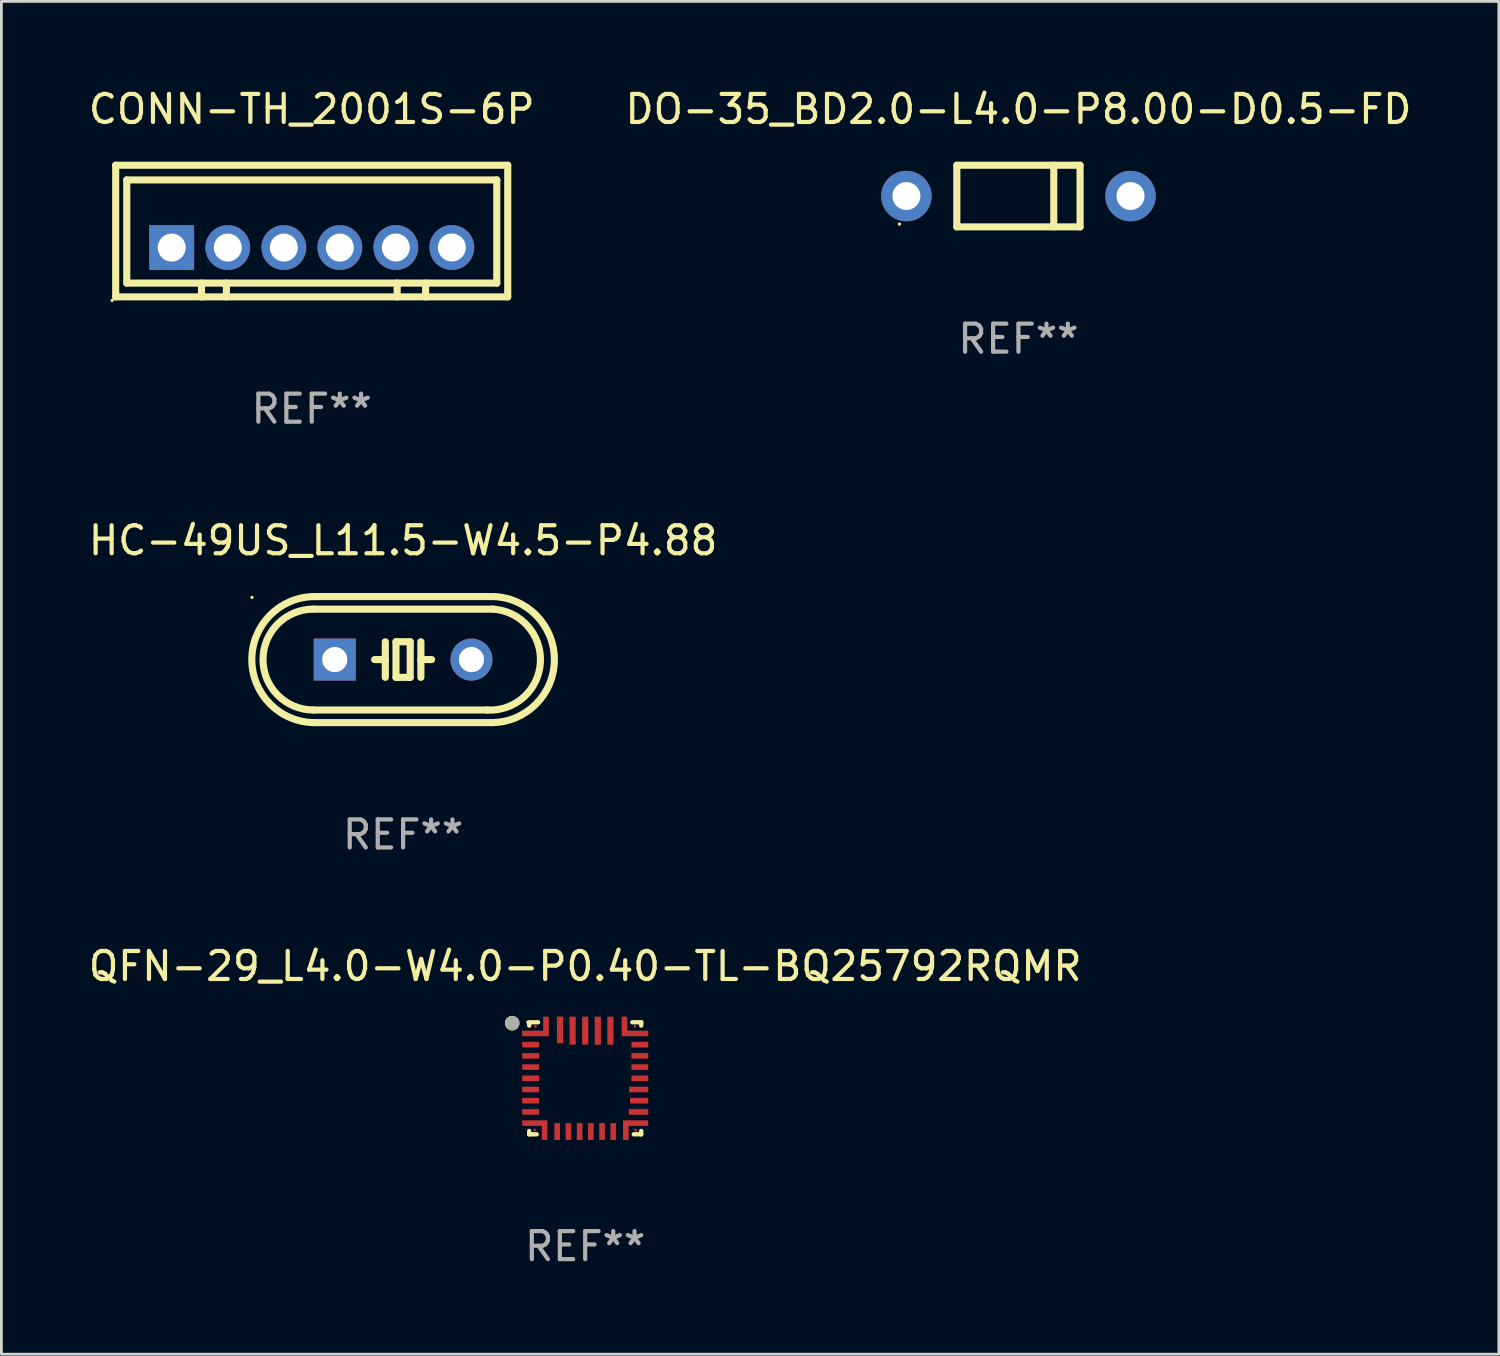
<source format=kicad_pcb>
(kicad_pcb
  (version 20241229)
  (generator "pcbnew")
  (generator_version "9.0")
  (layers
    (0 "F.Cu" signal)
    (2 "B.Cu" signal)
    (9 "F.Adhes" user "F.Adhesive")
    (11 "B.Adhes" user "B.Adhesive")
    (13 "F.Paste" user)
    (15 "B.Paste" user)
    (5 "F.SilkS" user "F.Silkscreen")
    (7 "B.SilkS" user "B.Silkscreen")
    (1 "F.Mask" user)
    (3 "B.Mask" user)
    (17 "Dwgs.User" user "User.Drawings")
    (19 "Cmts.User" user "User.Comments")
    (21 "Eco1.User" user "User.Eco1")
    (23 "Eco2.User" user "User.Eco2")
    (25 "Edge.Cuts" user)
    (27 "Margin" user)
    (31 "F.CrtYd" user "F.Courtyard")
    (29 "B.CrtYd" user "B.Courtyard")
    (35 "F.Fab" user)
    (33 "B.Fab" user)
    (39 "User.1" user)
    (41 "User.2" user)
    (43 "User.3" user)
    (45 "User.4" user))
  (footprint "CONN-TH_2001S-6P"
    (layer "F.Cu")
    (at 8.079 5.786)
    (property "Reference" "CONN-TH_2001S-6P" (at -0.002 -4.938 0) (layer "F.SilkS") (effects (font (size 1 1) (thickness 0.15))))
    (attr through_hole)
    (fp_line (start -6.999 -2.938) (end -6.999 1.761) (stroke (width 0.254) (type solid)) (layer "F.SilkS"))
    (fp_line (start -6.999 1.761) (end 6.995 1.761) (stroke (width 0.254) (type solid)) (layer "F.SilkS"))
    (fp_line (start -6.604 -2.413) (end -6.604 1.27) (stroke (width 0.254) (type solid)) (layer "F.SilkS"))
    (fp_line (start -6.604 1.27) (end 6.604 1.27) (stroke (width 0.254) (type solid)) (layer "F.SilkS"))
    (fp_line (start -3.937 1.27) (end -3.937 1.761) (stroke (width 0.254) (type solid)) (layer "F.SilkS"))
    (fp_line (start -3.048 1.27) (end -3.048 1.761) (stroke (width 0.254) (type solid)) (layer "F.SilkS"))
    (fp_line (start 3.048 1.27) (end 3.048 1.761) (stroke (width 0.254) (type solid)) (layer "F.SilkS"))
    (fp_line (start 4.064 1.27) (end 4.064 1.761) (stroke (width 0.254) (type solid)) (layer "F.SilkS"))
    (fp_line (start 6.604 -2.413) (end -6.604 -2.413) (stroke (width 0.254) (type solid)) (layer "F.SilkS"))
    (fp_line (start 6.604 1.27) (end 6.604 -2.413) (stroke (width 0.254) (type solid)) (layer "F.SilkS"))
    (fp_line (start 6.995 -2.938) (end -6.999 -2.938) (stroke (width 0.254) (type solid)) (layer "F.SilkS"))
    (fp_line (start 6.995 1.761) (end 6.995 -2.938) (stroke (width 0.254) (type solid)) (layer "F.SilkS"))
    (fp_circle (center -7.126 1.888) (end -7.096 1.888) (stroke (width 0.06) (type solid)) (fill no) (layer "F.SilkS"))
    (fp_text user "REF**" (at -0.002 5.761 0) (layer "F.Fab") (effects (font (size 1 1) (thickness 0.15))))
    (pad "1" thru_hole rect (at -5 0.001) (size 1.6 1.6) (drill 1) (layers "*.Cu" "*.Mask"))
    (pad "2" thru_hole circle (at -2.998 0.001) (size 1.6 1.6) (drill 1) (layers "*.Cu" "*.Mask"))
    (pad "3" thru_hole circle (at -0.997 0.001) (size 1.6 1.6) (drill 1) (layers "*.Cu" "*.Mask"))
    (pad "4" thru_hole circle (at 1.002 0.001) (size 1.6 1.6) (drill 1) (layers "*.Cu" "*.Mask"))
    (pad "5" thru_hole circle (at 3.001 -0.001) (size 1.6 1.6) (drill 1) (layers "*.Cu" "*.Mask"))
    (pad "6" thru_hole circle (at 5 -0.001) (size 1.6 1.6) (drill 1) (layers "*.Cu" "*.Mask")))
  (footprint "HC-49US_L11.5-W4.5-P4.88"
    (layer "F.Cu")
    (at 11.339 20.494)
    (property "Reference" "HC-49US_L11.5-W4.5-P4.88" (at 0 -4.25 0) (layer "F.SilkS") (effects (font (size 1 1) (thickness 0.15))))
    (attr through_hole)
    (fp_line (start -3.2 -1.8) (end 3.2 -1.8) (stroke (width 0.254) (type solid)) (layer "F.SilkS"))
    (fp_line (start -3.15 2.25) (end 3.15 2.25) (stroke (width 0.254) (type solid)) (layer "F.SilkS"))
    (fp_line (start -0.635 -0.635) (end -0.635 0) (stroke (width 0.254) (type solid)) (layer "F.SilkS"))
    (fp_line (start -0.635 0) (end -1.016 0) (stroke (width 0.254) (type solid)) (layer "F.SilkS"))
    (fp_line (start -0.635 0) (end -0.635 0.635) (stroke (width 0.254) (type solid)) (layer "F.SilkS"))
    (fp_line (start -0.254 -0.635) (end -0.254 0.635) (stroke (width 0.254) (type solid)) (layer "F.SilkS"))
    (fp_line (start -0.254 0.635) (end 0.254 0.635) (stroke (width 0.254) (type solid)) (layer "F.SilkS"))
    (fp_line (start 0.254 -0.635) (end -0.254 -0.635) (stroke (width 0.254) (type solid)) (layer "F.SilkS"))
    (fp_line (start 0.254 0.635) (end 0.254 -0.635) (stroke (width 0.254) (type solid)) (layer "F.SilkS"))
    (fp_line (start 0.635 -0.635) (end 0.635 0) (stroke (width 0.254) (type solid)) (layer "F.SilkS"))
    (fp_line (start 0.635 0) (end 0.635 0.635) (stroke (width 0.254) (type solid)) (layer "F.SilkS"))
    (fp_line (start 0.635 0) (end 1.016 0) (stroke (width 0.254) (type solid)) (layer "F.SilkS"))
    (fp_line (start 3 1.8) (end -3.2 1.8) (stroke (width 0.254) (type solid)) (layer "F.SilkS"))
    (fp_line (start 3.15 -2.25) (end -3.15 -2.25) (stroke (width 0.254) (type solid)) (layer "F.SilkS"))
    (fp_arc (start -3.2 1.8) (mid -5.000635 -0.000229) (end -3.200406 -1.800864) (stroke (width 0.254001) (type solid)) (layer "F.SilkS"))
    (fp_arc (start -3.149606 2.250445) (mid -5.392481 0.000406) (end -3.149988 -2.250014) (stroke (width 0.254001) (type solid)) (layer "F.SilkS"))
    (fp_arc (start 3.149606 -2.250445) (mid 5.392481 -0.000406) (end 3.149988 2.250014) (stroke (width 0.254001) (type solid)) (layer "F.SilkS"))
    (fp_arc (start 3.2 -1.8) (mid 4.893753 0.100194) (end 2.999747 1.800864) (stroke (width 0.254001) (type solid)) (layer "F.SilkS"))
    (fp_circle (center -5.392 -2.22) (end -5.362 -2.22) (stroke (width 0.06) (type solid)) (fill no) (layer "F.SilkS"))
    (fp_text user "REF**" (at 0 6.25 0) (layer "F.Fab") (effects (font (size 1 1) (thickness 0.15))))
    (pad "1" thru_hole rect (at -2.44 0) (size 1.5 1.5) (drill 0.9) (layers "*.Cu" "*.Mask"))
    (pad "2" thru_hole circle (at 2.44 0) (size 1.5 1.5) (drill 0.9) (layers "*.Cu" "*.Mask")))
  (footprint "QFN-29_L4.0-W4.0-P0.40-TL-BQ25792RQMR"
    (layer "F.Cu")
    (at 17.84 35.465)
    (property "Reference" "QFN-29_L4.0-W4.0-P0.40-TL-BQ25792RQMR" (at -0.001 -4.025 0) (layer "F.SilkS") (effects (font (size 1 1) (thickness 0.15))))
    (attr smd)
    (fp_line (start -2 -2.025) (end -1.681 -2.025) (stroke (width 0.154) (type solid)) (layer "F.SilkS"))
    (fp_line (start -2 -1.906) (end -2 -1.999) (stroke (width 0.154) (type solid)) (layer "F.SilkS"))
    (fp_line (start -2 1.975) (end -2 1.856) (stroke (width 0.154) (type solid)) (layer "F.SilkS"))
    (fp_line (start -1.731 1.975) (end -2 1.975) (stroke (width 0.154) (type solid)) (layer "F.SilkS"))
    (fp_line (start 1.681 -2.025) (end 1.998 -2.025) (stroke (width 0.154) (type solid)) (layer "F.SilkS"))
    (fp_line (start 1.998 -2.025) (end 1.998 -1.906) (stroke (width 0.154) (type solid)) (layer "F.SilkS"))
    (fp_line (start 1.998 1.856) (end 1.998 1.975) (stroke (width 0.154) (type solid)) (layer "F.SilkS"))
    (fp_line (start 1.998 1.975) (end 1.731 1.975) (stroke (width 0.154) (type solid)) (layer "F.SilkS"))
    (fp_circle (center -2.608 -1.993) (end -2.478 -1.993) (stroke (width 0.26) (type solid)) (fill no) (layer "F.SilkS"))
    (fp_circle (center -2.05 -2.025) (end -2.02 -2.025) (stroke (width 0.06) (type solid)) (fill no) (layer "F.SilkS"))
    (fp_circle (center -2.608 -1.993) (end -2.478 -1.993) (stroke (width 0.26) (type solid)) (fill no) (layer "F.Fab"))
    (fp_text user "REF**" (at -0.001 5.975 0) (layer "F.Fab") (effects (font (size 1 1) (thickness 0.15))))
    (pad "1" smd custom (at -1.775 -1.875) (size 0.1 0.1) (layers "F.Cu" "F.Mask" "F.Paste") (options (anchor circle)) (primitives (gr_poly (pts (xy 0.475 0.15) (xy 0.475 -0.35) (xy 0.275 -0.35) (xy 0.275 0.15) (xy -0.475 0.15) (xy -0.475 0.35) (xy 0.475 0.35) (xy 0.475 0.15) (xy 0.475 0.15)) (width 0) (fill yes))))
    (pad "2" smd rect (at -1.95 -1.225) (size 0.6 0.2) (layers "F.Cu" "F.Mask" "F.Paste"))
    (pad "3" smd rect (at -1.95 -0.825) (size 0.6 0.2) (layers "F.Cu" "F.Mask" "F.Paste"))
    (pad "4" smd rect (at -1.95 -0.425) (size 0.6 0.2) (layers "F.Cu" "F.Mask" "F.Paste"))
    (pad "5" smd rect (at -1.95 -0.025) (size 0.6 0.2) (layers "F.Cu" "F.Mask" "F.Paste"))
    (pad "6" smd rect (at -1.95 0.375) (size 0.6 0.2) (layers "F.Cu" "F.Mask" "F.Paste"))
    (pad "7" smd rect (at -1.95 0.775) (size 0.6 0.2) (layers "F.Cu" "F.Mask" "F.Paste"))
    (pad "8" smd rect (at -1.95 1.175) (size 0.6 0.2) (layers "F.Cu" "F.Mask" "F.Paste"))
    (pad "9" smd custom (at -1.8 1.825) (size 0.1 0.1) (layers "F.Cu" "F.Mask" "F.Paste") (options (anchor circle)) (primitives (gr_poly (pts (xy 0.45 -0.15) (xy 0.45 -0.35) (xy 0.45 -0.35) (xy 0.25 -0.35) (xy -0.45 -0.35) (xy -0.45 -0.15) (xy 0.25 -0.15) (xy 0.25 0.35) (xy 0.45 0.35) (xy 0.45 -0.15) (xy 0.45 -0.15)) (width 0) (fill yes))))
    (pad "10" smd rect (at -1 1.875) (size 0.2 0.6) (layers "F.Cu" "F.Mask" "F.Paste"))
    (pad "11" smd rect (at -0.6 1.875) (size 0.2 0.6) (layers "F.Cu" "F.Mask" "F.Paste"))
    (pad "12" smd rect (at -0.2 1.875) (size 0.2 0.6) (layers "F.Cu" "F.Mask" "F.Paste"))
    (pad "13" smd rect (at 0.2 1.875) (size 0.2 0.6) (layers "F.Cu" "F.Mask" "F.Paste"))
    (pad "14" smd rect (at 0.6 1.875) (size 0.2 0.6) (layers "F.Cu" "F.Mask" "F.Paste"))
    (pad "15" smd rect (at 1 1.875) (size 0.2 0.6) (layers "F.Cu" "F.Mask" "F.Paste"))
    (pad "16" smd custom (at 1.8 1.825) (size 0.1 0.1) (layers "F.Cu" "F.Mask" "F.Paste") (options (anchor circle)) (primitives (gr_poly (pts (xy 0.45 -0.15) (xy 0.45 -0.35) (xy -0.25 -0.35) (xy -0.45 -0.35) (xy -0.45 -0.35) (xy -0.45 -0.15) (xy -0.45 -0.15) (xy -0.45 0.35) (xy -0.25 0.35) (xy -0.25 -0.15) (xy 0.45 -0.15)) (width 0) (fill yes))))
    (pad "17" smd rect (at 1.9 1.175) (size 0.7 0.2) (layers "F.Cu" "F.Mask" "F.Paste"))
    (pad "18" smd rect (at 1.925 0.775) (size 0.65 0.2) (layers "F.Cu" "F.Mask" "F.Paste"))
    (pad "19" smd rect (at 1.91 0.376) (size 0.68 0.2) (layers "F.Cu" "F.Mask" "F.Paste"))
    (pad "20" smd rect (at 1.95 -0.025) (size 0.6 0.2) (layers "F.Cu" "F.Mask" "F.Paste"))
    (pad "21" smd rect (at 1.95 -0.425) (size 0.6 0.2) (layers "F.Cu" "F.Mask" "F.Paste"))
    (pad "22" smd rect (at 1.95 -0.825) (size 0.6 0.2) (layers "F.Cu" "F.Mask" "F.Paste"))
    (pad "23" smd rect (at 1.95 -1.225) (size 0.6 0.2) (layers "F.Cu" "F.Mask" "F.Paste"))
    (pad "24" smd custom (at 1.775 -1.875) (size 0.1 0.1) (layers "F.Cu" "F.Mask" "F.Paste") (options (anchor circle)) (primitives (gr_poly (pts (xy -0.275 0.15) (xy -0.275 -0.35) (xy -0.475 -0.35) (xy -0.475 0.15) (xy -0.475 0.35) (xy 0.475 0.35) (xy 0.475 0.15) (xy -0.275 0.15)) (width 0) (fill yes))))
    (pad "25" smd rect (at 0.9 -1.725) (size 0.22 1) (layers "F.Cu" "F.Mask" "F.Paste"))
    (pad "26" smd rect (at 0.45 -1.725) (size 0.22 1) (layers "F.Cu" "F.Mask" "F.Paste"))
    (pad "27" smd rect (at -0.000102 -1.725) (size 0.22 1) (layers "F.Cu" "F.Mask" "F.Paste"))
    (pad "28" smd rect (at -0.45 -1.725) (size 0.22 1) (layers "F.Cu" "F.Mask" "F.Paste"))
    (pad "29" smd rect (at -0.9 -1.75) (size 0.22 0.95) (layers "F.Cu" "F.Mask" "F.Paste")))
  (footprint "DO-35_BD2.0-L4.0-P8.00-D0.5-FD"
    (layer "F.Cu")
    (at 33.304 3.948)
    (property "Reference" "DO-35_BD2.0-L4.0-P8.00-D0.5-FD" (at 0 -3.1 0) (layer "F.SilkS") (effects (font (size 1 1) (thickness 0.15))))
    (attr through_hole)
    (fp_line (start -2.2 1.1) (end -2.2 -1.1) (stroke (width 0.254) (type solid)) (layer "F.SilkS"))
    (fp_line (start 1.261 1.1) (end 1.261 -1.1) (stroke (width 0.254) (type solid)) (layer "F.SilkS"))
    (fp_line (start 2.2 -1.1) (end -2.2 -1.1) (stroke (width 0.254) (type solid)) (layer "F.SilkS"))
    (fp_line (start 2.2 1.1) (end -2.2 1.1) (stroke (width 0.254) (type solid)) (layer "F.SilkS"))
    (fp_line (start 2.2 1.1) (end 2.2 -1.1) (stroke (width 0.254) (type solid)) (layer "F.SilkS"))
    (fp_circle (center -4.25 1) (end -4.22 1) (stroke (width 0.06) (type solid)) (fill no) (layer "F.SilkS"))
    (fp_text user "REF**" (at 0 5.1 0) (layer "F.Fab") (effects (font (size 1 1) (thickness 0.15))))
    (pad "1" thru_hole circle (at -4 0) (size 1.8 1.8) (drill 1) (layers "*.Cu" "*.Mask"))
    (pad "2" thru_hole circle (at 4 0) (size 1.8 1.8) (drill 1) (layers "*.Cu" "*.Mask")))
  (gr_rect
    (start -3 -3)
    (end 50.452 45.288)
    (stroke (width 0.1) (type default))
    (fill no)
    (layer "Edge.Cuts")))
</source>
